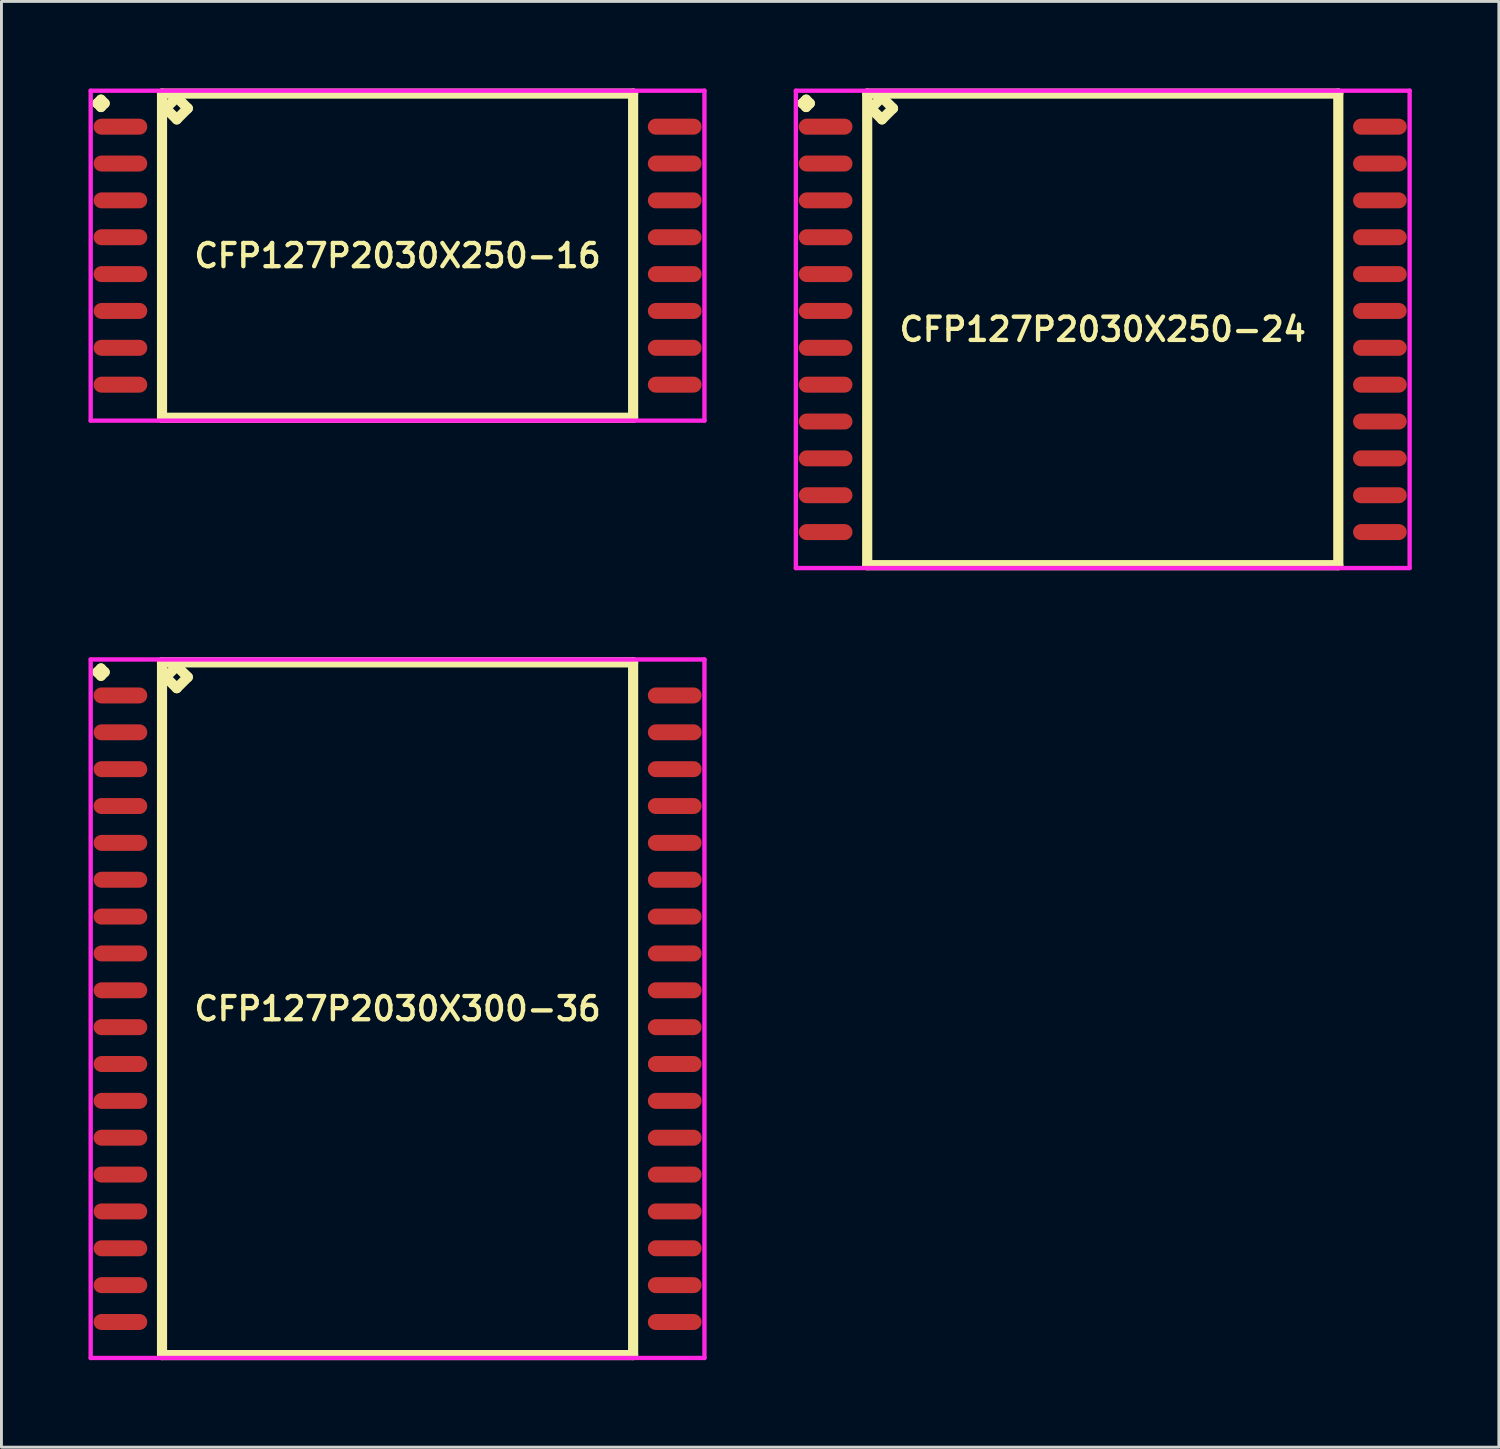
<source format=kicad_pcb>
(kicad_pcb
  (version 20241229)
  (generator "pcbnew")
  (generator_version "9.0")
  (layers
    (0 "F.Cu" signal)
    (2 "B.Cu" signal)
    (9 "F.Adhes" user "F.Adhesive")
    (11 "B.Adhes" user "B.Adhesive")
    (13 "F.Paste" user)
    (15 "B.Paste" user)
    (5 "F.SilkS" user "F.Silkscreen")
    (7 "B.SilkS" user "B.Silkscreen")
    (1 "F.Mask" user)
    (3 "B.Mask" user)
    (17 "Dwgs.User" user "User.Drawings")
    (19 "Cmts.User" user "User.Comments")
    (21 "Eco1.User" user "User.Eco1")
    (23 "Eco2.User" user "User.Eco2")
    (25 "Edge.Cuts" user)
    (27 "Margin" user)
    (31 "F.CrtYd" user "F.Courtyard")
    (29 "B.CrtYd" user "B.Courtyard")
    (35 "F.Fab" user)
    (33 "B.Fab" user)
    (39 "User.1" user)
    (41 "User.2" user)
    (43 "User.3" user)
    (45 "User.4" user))
  (footprint "CFP127P2030X250-16"
    (layer "F.Cu")
    (at 10.65 5.76)
    (property "Reference" "CFP127P2030X250-16" (at 0 0 0) (layer "F.SilkS") (effects (font (size 0.8 0.8) (thickness 0.15))))
    (attr through_hole)
    (fp_line (start -10.348 -5.249) (end -10.221 -5.376) (stroke (width 0.35) (type solid)) (layer "F.SilkS"))
    (fp_line (start -10.221 -5.376) (end -10.094 -5.249) (stroke (width 0.35) (type solid)) (layer "F.SilkS"))
    (fp_line (start -10.221 -5.122) (end -10.348 -5.249) (stroke (width 0.35) (type solid)) (layer "F.SilkS"))
    (fp_line (start -10.094 -5.249) (end -10.221 -5.122) (stroke (width 0.35) (type solid)) (layer "F.SilkS"))
    (fp_line (start -8.117 -5.585) (end -8.117 5.585) (stroke (width 0.35) (type solid)) (layer "F.SilkS"))
    (fp_line (start -8.117 5.585) (end 8.117 5.585) (stroke (width 0.35) (type solid)) (layer "F.SilkS"))
    (fp_line (start -7.99 -5.077) (end -7.609 -5.458) (stroke (width 0.35) (type solid)) (layer "F.SilkS"))
    (fp_line (start -7.609 -5.458) (end -7.228 -5.077) (stroke (width 0.35) (type solid)) (layer "F.SilkS"))
    (fp_line (start -7.609 -4.696) (end -7.99 -5.077) (stroke (width 0.35) (type solid)) (layer "F.SilkS"))
    (fp_line (start -7.228 -5.077) (end -7.609 -4.696) (stroke (width 0.35) (type solid)) (layer "F.SilkS"))
    (fp_line (start 8.117 -5.585) (end -8.117 -5.585) (stroke (width 0.35) (type solid)) (layer "F.SilkS"))
    (fp_line (start 8.117 5.585) (end 8.117 -5.585) (stroke (width 0.35) (type solid)) (layer "F.SilkS"))
    (fp_line (start -10.575 -5.685) (end 10.575 -5.685) (stroke (width 0.15) (type solid)) (layer "F.CrtYd"))
    (fp_line (start -10.575 5.685) (end -10.575 -5.685) (stroke (width 0.15) (type solid)) (layer "F.CrtYd"))
    (fp_line (start 10.575 -5.685) (end 10.575 5.685) (stroke (width 0.15) (type solid)) (layer "F.CrtYd"))
    (fp_line (start 10.575 5.685) (end -10.575 5.685) (stroke (width 0.15) (type solid)) (layer "F.CrtYd"))
    (pad "1" smd oval (at -9.55 -4.445) (size 1.85 0.55) (layers "F.Cu" "F.Mask" "F.Paste"))
    (pad "2" smd oval (at -9.55 -3.175) (size 1.85 0.55) (layers "F.Cu" "F.Mask" "F.Paste"))
    (pad "3" smd oval (at -9.55 -1.905) (size 1.85 0.55) (layers "F.Cu" "F.Mask" "F.Paste"))
    (pad "4" smd oval (at -9.55 -0.635) (size 1.85 0.55) (layers "F.Cu" "F.Mask" "F.Paste"))
    (pad "5" smd oval (at -9.55 0.635) (size 1.85 0.55) (layers "F.Cu" "F.Mask" "F.Paste"))
    (pad "6" smd oval (at -9.55 1.905) (size 1.85 0.55) (layers "F.Cu" "F.Mask" "F.Paste"))
    (pad "7" smd oval (at -9.55 3.175) (size 1.85 0.55) (layers "F.Cu" "F.Mask" "F.Paste"))
    (pad "8" smd oval (at -9.55 4.445) (size 1.85 0.55) (layers "F.Cu" "F.Mask" "F.Paste"))
    (pad "9" smd oval (at 9.55 4.445) (size 1.85 0.55) (layers "F.Cu" "F.Mask" "F.Paste"))
    (pad "10" smd oval (at 9.55 3.175) (size 1.85 0.55) (layers "F.Cu" "F.Mask" "F.Paste"))
    (pad "11" smd oval (at 9.55 1.905) (size 1.85 0.55) (layers "F.Cu" "F.Mask" "F.Paste"))
    (pad "12" smd oval (at 9.55 0.635) (size 1.85 0.55) (layers "F.Cu" "F.Mask" "F.Paste"))
    (pad "13" smd oval (at 9.55 -0.635) (size 1.85 0.55) (layers "F.Cu" "F.Mask" "F.Paste"))
    (pad "14" smd oval (at 9.55 -1.905) (size 1.85 0.55) (layers "F.Cu" "F.Mask" "F.Paste"))
    (pad "15" smd oval (at 9.55 -3.175) (size 1.85 0.55) (layers "F.Cu" "F.Mask" "F.Paste"))
    (pad "16" smd oval (at 9.55 -4.445) (size 1.85 0.55) (layers "F.Cu" "F.Mask" "F.Paste")))
  (footprint "CFP127P2030X250-24"
    (layer "F.Cu")
    (at 34.95 8.3)
    (property "Reference" "CFP127P2030X250-24" (at 0 0 0) (layer "F.SilkS") (effects (font (size 0.8 0.8) (thickness 0.15))))
    (attr through_hole)
    (fp_line (start -10.348 -7.789) (end -10.221 -7.916) (stroke (width 0.35) (type solid)) (layer "F.SilkS"))
    (fp_line (start -10.221 -7.916) (end -10.094 -7.789) (stroke (width 0.35) (type solid)) (layer "F.SilkS"))
    (fp_line (start -10.221 -7.662) (end -10.348 -7.789) (stroke (width 0.35) (type solid)) (layer "F.SilkS"))
    (fp_line (start -10.094 -7.789) (end -10.221 -7.662) (stroke (width 0.35) (type solid)) (layer "F.SilkS"))
    (fp_line (start -8.117 -8.125) (end -8.117 8.125) (stroke (width 0.35) (type solid)) (layer "F.SilkS"))
    (fp_line (start -8.117 8.125) (end 8.117 8.125) (stroke (width 0.35) (type solid)) (layer "F.SilkS"))
    (fp_line (start -7.99 -7.617) (end -7.609 -7.998) (stroke (width 0.35) (type solid)) (layer "F.SilkS"))
    (fp_line (start -7.609 -7.998) (end -7.228 -7.617) (stroke (width 0.35) (type solid)) (layer "F.SilkS"))
    (fp_line (start -7.609 -7.236) (end -7.99 -7.617) (stroke (width 0.35) (type solid)) (layer "F.SilkS"))
    (fp_line (start -7.228 -7.617) (end -7.609 -7.236) (stroke (width 0.35) (type solid)) (layer "F.SilkS"))
    (fp_line (start 8.117 -8.125) (end -8.117 -8.125) (stroke (width 0.35) (type solid)) (layer "F.SilkS"))
    (fp_line (start 8.117 8.125) (end 8.117 -8.125) (stroke (width 0.35) (type solid)) (layer "F.SilkS"))
    (fp_line (start -10.575 -8.225) (end 10.575 -8.225) (stroke (width 0.15) (type solid)) (layer "F.CrtYd"))
    (fp_line (start -10.575 8.225) (end -10.575 -8.225) (stroke (width 0.15) (type solid)) (layer "F.CrtYd"))
    (fp_line (start 10.575 -8.225) (end 10.575 8.225) (stroke (width 0.15) (type solid)) (layer "F.CrtYd"))
    (fp_line (start 10.575 8.225) (end -10.575 8.225) (stroke (width 0.15) (type solid)) (layer "F.CrtYd"))
    (pad "1" smd oval (at -9.55 -6.985) (size 1.85 0.55) (layers "F.Cu" "F.Mask" "F.Paste"))
    (pad "2" smd oval (at -9.55 -5.715) (size 1.85 0.55) (layers "F.Cu" "F.Mask" "F.Paste"))
    (pad "3" smd oval (at -9.55 -4.445) (size 1.85 0.55) (layers "F.Cu" "F.Mask" "F.Paste"))
    (pad "4" smd oval (at -9.55 -3.175) (size 1.85 0.55) (layers "F.Cu" "F.Mask" "F.Paste"))
    (pad "5" smd oval (at -9.55 -1.905) (size 1.85 0.55) (layers "F.Cu" "F.Mask" "F.Paste"))
    (pad "6" smd oval (at -9.55 -0.635) (size 1.85 0.55) (layers "F.Cu" "F.Mask" "F.Paste"))
    (pad "7" smd oval (at -9.55 0.635) (size 1.85 0.55) (layers "F.Cu" "F.Mask" "F.Paste"))
    (pad "8" smd oval (at -9.55 1.905) (size 1.85 0.55) (layers "F.Cu" "F.Mask" "F.Paste"))
    (pad "9" smd oval (at -9.55 3.175) (size 1.85 0.55) (layers "F.Cu" "F.Mask" "F.Paste"))
    (pad "10" smd oval (at -9.55 4.445) (size 1.85 0.55) (layers "F.Cu" "F.Mask" "F.Paste"))
    (pad "11" smd oval (at -9.55 5.715) (size 1.85 0.55) (layers "F.Cu" "F.Mask" "F.Paste"))
    (pad "12" smd oval (at -9.55 6.985) (size 1.85 0.55) (layers "F.Cu" "F.Mask" "F.Paste"))
    (pad "13" smd oval (at 9.55 6.985) (size 1.85 0.55) (layers "F.Cu" "F.Mask" "F.Paste"))
    (pad "14" smd oval (at 9.55 5.715) (size 1.85 0.55) (layers "F.Cu" "F.Mask" "F.Paste"))
    (pad "15" smd oval (at 9.55 4.445) (size 1.85 0.55) (layers "F.Cu" "F.Mask" "F.Paste"))
    (pad "16" smd oval (at 9.55 3.175) (size 1.85 0.55) (layers "F.Cu" "F.Mask" "F.Paste"))
    (pad "17" smd oval (at 9.55 1.905) (size 1.85 0.55) (layers "F.Cu" "F.Mask" "F.Paste"))
    (pad "18" smd oval (at 9.55 0.635) (size 1.85 0.55) (layers "F.Cu" "F.Mask" "F.Paste"))
    (pad "19" smd oval (at 9.55 -0.635) (size 1.85 0.55) (layers "F.Cu" "F.Mask" "F.Paste"))
    (pad "20" smd oval (at 9.55 -1.905) (size 1.85 0.55) (layers "F.Cu" "F.Mask" "F.Paste"))
    (pad "21" smd oval (at 9.55 -3.175) (size 1.85 0.55) (layers "F.Cu" "F.Mask" "F.Paste"))
    (pad "22" smd oval (at 9.55 -4.445) (size 1.85 0.55) (layers "F.Cu" "F.Mask" "F.Paste"))
    (pad "23" smd oval (at 9.55 -5.715) (size 1.85 0.55) (layers "F.Cu" "F.Mask" "F.Paste"))
    (pad "24" smd oval (at 9.55 -6.985) (size 1.85 0.55) (layers "F.Cu" "F.Mask" "F.Paste")))
  (footprint "CFP127P2030X300-36"
    (layer "F.Cu")
    (at 10.65 31.71)
    (property "Reference" "CFP127P2030X300-36" (at 0 0 0) (layer "F.SilkS") (effects (font (size 0.8 0.8) (thickness 0.15))))
    (attr smd)
    (fp_line (start -10.348 -11.599) (end -10.221 -11.726) (stroke (width 0.35) (type solid)) (layer "F.SilkS"))
    (fp_line (start -10.221 -11.726) (end -10.094 -11.599) (stroke (width 0.35) (type solid)) (layer "F.SilkS"))
    (fp_line (start -10.221 -11.472) (end -10.348 -11.599) (stroke (width 0.35) (type solid)) (layer "F.SilkS"))
    (fp_line (start -10.094 -11.599) (end -10.221 -11.472) (stroke (width 0.35) (type solid)) (layer "F.SilkS"))
    (fp_line (start -8.117 -11.935) (end -8.117 11.935) (stroke (width 0.35) (type solid)) (layer "F.SilkS"))
    (fp_line (start -8.117 11.935) (end 8.117 11.935) (stroke (width 0.35) (type solid)) (layer "F.SilkS"))
    (fp_line (start -7.99 -11.427) (end -7.609 -11.808) (stroke (width 0.35) (type solid)) (layer "F.SilkS"))
    (fp_line (start -7.609 -11.808) (end -7.228 -11.427) (stroke (width 0.35) (type solid)) (layer "F.SilkS"))
    (fp_line (start -7.609 -11.046) (end -7.99 -11.427) (stroke (width 0.35) (type solid)) (layer "F.SilkS"))
    (fp_line (start -7.228 -11.427) (end -7.609 -11.046) (stroke (width 0.35) (type solid)) (layer "F.SilkS"))
    (fp_line (start 8.117 -11.935) (end -8.117 -11.935) (stroke (width 0.35) (type solid)) (layer "F.SilkS"))
    (fp_line (start 8.117 11.935) (end 8.117 -11.935) (stroke (width 0.35) (type solid)) (layer "F.SilkS"))
    (fp_line (start -10.575 -12.035) (end 10.575 -12.035) (stroke (width 0.15) (type solid)) (layer "F.CrtYd"))
    (fp_line (start -10.575 12.035) (end -10.575 -12.035) (stroke (width 0.15) (type solid)) (layer "F.CrtYd"))
    (fp_line (start 10.575 -12.035) (end 10.575 12.035) (stroke (width 0.15) (type solid)) (layer "F.CrtYd"))
    (fp_line (start 10.575 12.035) (end -10.575 12.035) (stroke (width 0.15) (type solid)) (layer "F.CrtYd"))
    (pad "1" smd oval (at -9.55 -10.795) (size 1.85 0.55) (layers "F.Cu" "F.Mask" "F.Paste"))
    (pad "2" smd oval (at -9.55 -9.525) (size 1.85 0.55) (layers "F.Cu" "F.Mask" "F.Paste"))
    (pad "3" smd oval (at -9.55 -8.255) (size 1.85 0.55) (layers "F.Cu" "F.Mask" "F.Paste"))
    (pad "4" smd oval (at -9.55 -6.985) (size 1.85 0.55) (layers "F.Cu" "F.Mask" "F.Paste"))
    (pad "5" smd oval (at -9.55 -5.715) (size 1.85 0.55) (layers "F.Cu" "F.Mask" "F.Paste"))
    (pad "6" smd oval (at -9.55 -4.445) (size 1.85 0.55) (layers "F.Cu" "F.Mask" "F.Paste"))
    (pad "7" smd oval (at -9.55 -3.175) (size 1.85 0.55) (layers "F.Cu" "F.Mask" "F.Paste"))
    (pad "8" smd oval (at -9.55 -1.905) (size 1.85 0.55) (layers "F.Cu" "F.Mask" "F.Paste"))
    (pad "9" smd oval (at -9.55 -0.635) (size 1.85 0.55) (layers "F.Cu" "F.Mask" "F.Paste"))
    (pad "10" smd oval (at -9.55 0.635) (size 1.85 0.55) (layers "F.Cu" "F.Mask" "F.Paste"))
    (pad "11" smd oval (at -9.55 1.905) (size 1.85 0.55) (layers "F.Cu" "F.Mask" "F.Paste"))
    (pad "12" smd oval (at -9.55 3.175) (size 1.85 0.55) (layers "F.Cu" "F.Mask" "F.Paste"))
    (pad "13" smd oval (at -9.55 4.445) (size 1.85 0.55) (layers "F.Cu" "F.Mask" "F.Paste"))
    (pad "14" smd oval (at -9.55 5.715) (size 1.85 0.55) (layers "F.Cu" "F.Mask" "F.Paste"))
    (pad "15" smd oval (at -9.55 6.985) (size 1.85 0.55) (layers "F.Cu" "F.Mask" "F.Paste"))
    (pad "16" smd oval (at -9.55 8.255) (size 1.85 0.55) (layers "F.Cu" "F.Mask" "F.Paste"))
    (pad "17" smd oval (at -9.55 9.525) (size 1.85 0.55) (layers "F.Cu" "F.Mask" "F.Paste"))
    (pad "18" smd oval (at -9.55 10.795) (size 1.85 0.55) (layers "F.Cu" "F.Mask" "F.Paste"))
    (pad "19" smd oval (at 9.55 10.795) (size 1.85 0.55) (layers "F.Cu" "F.Mask" "F.Paste"))
    (pad "20" smd oval (at 9.55 9.525) (size 1.85 0.55) (layers "F.Cu" "F.Mask" "F.Paste"))
    (pad "21" smd oval (at 9.55 8.255) (size 1.85 0.55) (layers "F.Cu" "F.Mask" "F.Paste"))
    (pad "22" smd oval (at 9.55 6.985) (size 1.85 0.55) (layers "F.Cu" "F.Mask" "F.Paste"))
    (pad "23" smd oval (at 9.55 5.715) (size 1.85 0.55) (layers "F.Cu" "F.Mask" "F.Paste"))
    (pad "24" smd oval (at 9.55 4.445) (size 1.85 0.55) (layers "F.Cu" "F.Mask" "F.Paste"))
    (pad "25" smd oval (at 9.55 3.175) (size 1.85 0.55) (layers "F.Cu" "F.Mask" "F.Paste"))
    (pad "26" smd oval (at 9.55 1.905) (size 1.85 0.55) (layers "F.Cu" "F.Mask" "F.Paste"))
    (pad "27" smd oval (at 9.55 0.635) (size 1.85 0.55) (layers "F.Cu" "F.Mask" "F.Paste"))
    (pad "28" smd oval (at 9.55 -0.635) (size 1.85 0.55) (layers "F.Cu" "F.Mask" "F.Paste"))
    (pad "29" smd oval (at 9.55 -1.905) (size 1.85 0.55) (layers "F.Cu" "F.Mask" "F.Paste"))
    (pad "30" smd oval (at 9.55 -3.175) (size 1.85 0.55) (layers "F.Cu" "F.Mask" "F.Paste"))
    (pad "31" smd oval (at 9.55 -4.445) (size 1.85 0.55) (layers "F.Cu" "F.Mask" "F.Paste"))
    (pad "32" smd oval (at 9.55 -5.715) (size 1.85 0.55) (layers "F.Cu" "F.Mask" "F.Paste"))
    (pad "33" smd oval (at 9.55 -6.985) (size 1.85 0.55) (layers "F.Cu" "F.Mask" "F.Paste"))
    (pad "34" smd oval (at 9.55 -8.255) (size 1.85 0.55) (layers "F.Cu" "F.Mask" "F.Paste"))
    (pad "35" smd oval (at 9.55 -9.525) (size 1.85 0.55) (layers "F.Cu" "F.Mask" "F.Paste"))
    (pad "36" smd oval (at 9.55 -10.795) (size 1.85 0.55) (layers "F.Cu" "F.Mask" "F.Paste")))
  (gr_rect
    (start -3 -3)
    (end 48.6 46.82)
    (stroke (width 0.1) (type default))
    (fill no)
    (layer "Edge.Cuts")))
</source>
